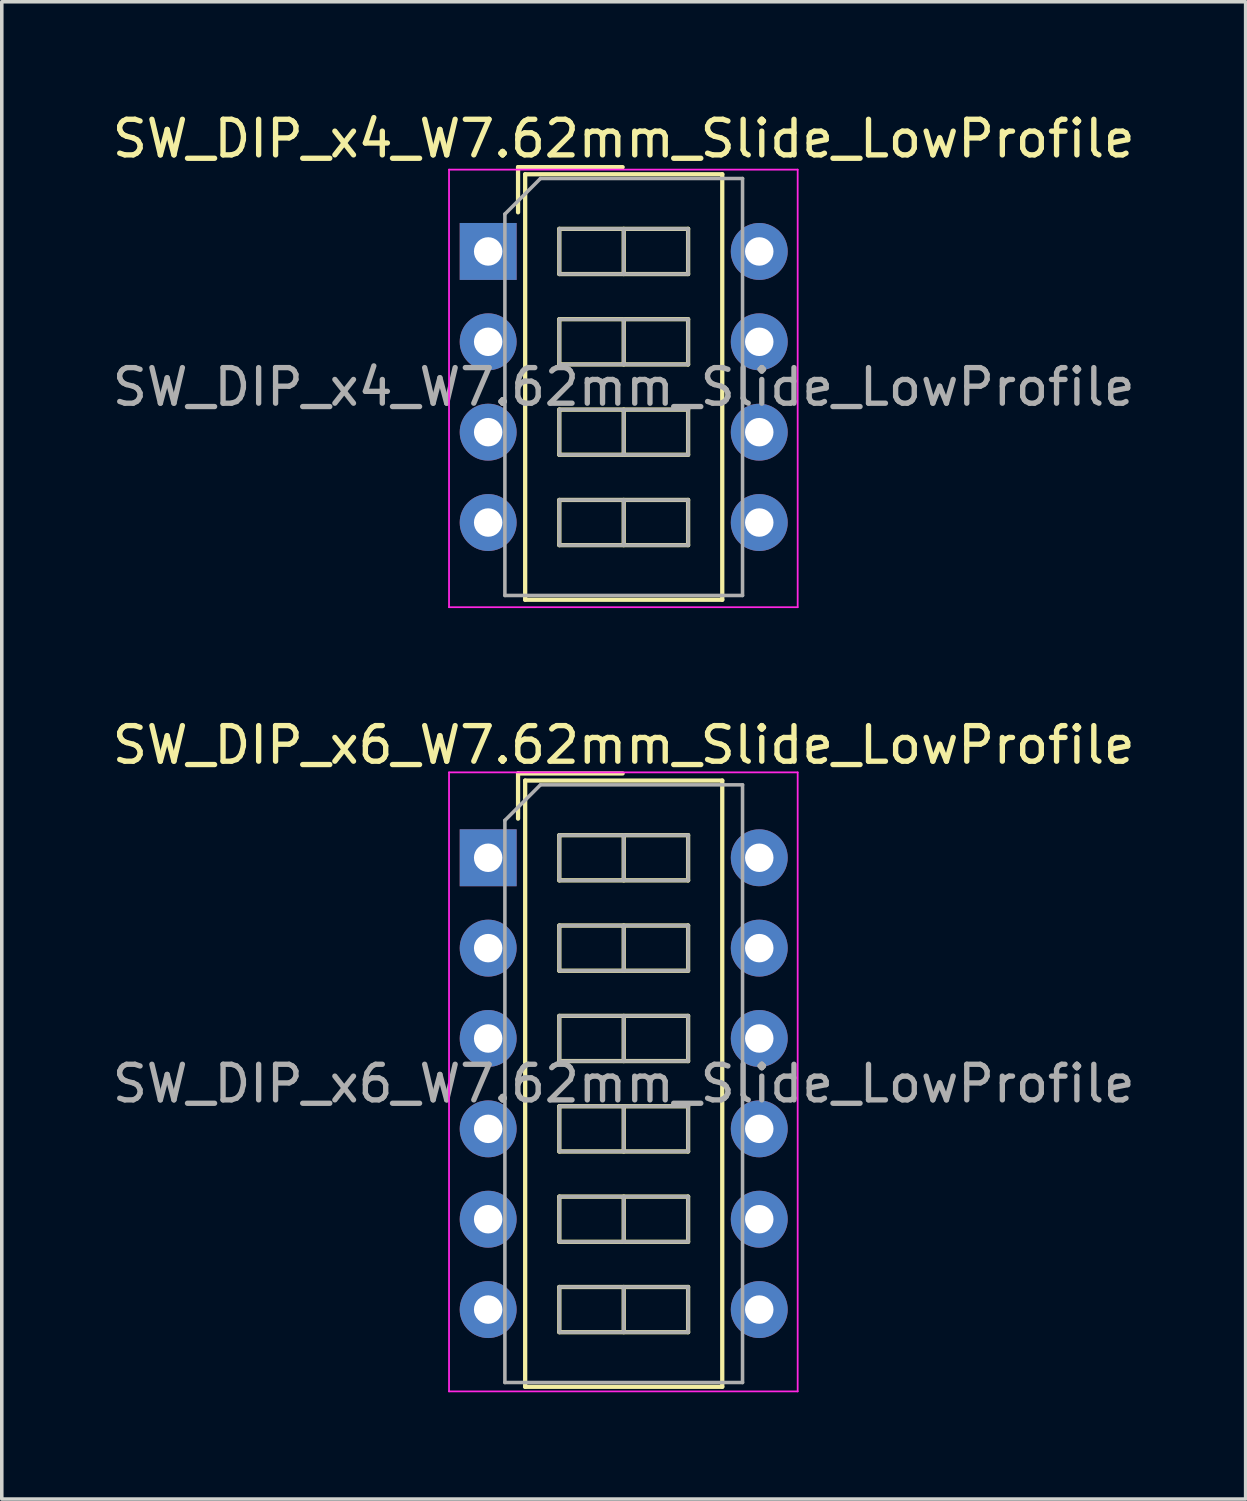
<source format=kicad_pcb>
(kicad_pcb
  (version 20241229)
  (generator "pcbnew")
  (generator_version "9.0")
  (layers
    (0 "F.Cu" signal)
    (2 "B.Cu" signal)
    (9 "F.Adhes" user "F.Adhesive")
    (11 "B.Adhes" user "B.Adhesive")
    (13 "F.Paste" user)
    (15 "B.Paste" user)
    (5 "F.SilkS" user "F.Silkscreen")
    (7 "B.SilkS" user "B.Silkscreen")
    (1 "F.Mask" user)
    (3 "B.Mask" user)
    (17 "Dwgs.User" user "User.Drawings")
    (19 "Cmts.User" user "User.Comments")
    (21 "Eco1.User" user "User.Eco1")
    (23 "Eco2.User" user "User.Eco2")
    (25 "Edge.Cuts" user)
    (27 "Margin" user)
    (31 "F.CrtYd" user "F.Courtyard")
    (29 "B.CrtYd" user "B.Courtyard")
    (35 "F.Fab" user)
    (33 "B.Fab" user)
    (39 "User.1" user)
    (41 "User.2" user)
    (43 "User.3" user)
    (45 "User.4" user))
  (footprint "SW_DIP_x6_W7.62mm_Slide_LowProfile"
    (layer "F.Cu")
    (at 10.672 21.061)
    (property "Reference" "SW_DIP_x6_W7.62mm_Slide_LowProfile" (at 3.81 -3.17 0) (layer "F.SilkS") (effects (font (size 1 1) (thickness 0.15))))
    (attr through_hole)
    (fp_line (start 0.84 -2.37) (end 0.84 -1.1) (stroke (width 0.12) (type solid)) (layer "F.SilkS"))
    (fp_line (start 0.84 -2.37) (end 3.78 -2.37) (stroke (width 0.12) (type solid)) (layer "F.SilkS"))
    (fp_line (start 1.04 -2.17) (end 6.58 -2.17) (stroke (width 0.12) (type solid)) (layer "F.SilkS"))
    (fp_line (start 1.04 14.87) (end 1.04 -2.17) (stroke (width 0.12) (type solid)) (layer "F.SilkS"))
    (fp_line (start 2 -0.635) (end 2 0.635) (stroke (width 0.12) (type solid)) (layer "F.SilkS"))
    (fp_line (start 2 0.635) (end 5.62 0.635) (stroke (width 0.12) (type solid)) (layer "F.SilkS"))
    (fp_line (start 2 1.905) (end 2 3.175) (stroke (width 0.12) (type solid)) (layer "F.SilkS"))
    (fp_line (start 2 3.175) (end 5.62 3.175) (stroke (width 0.12) (type solid)) (layer "F.SilkS"))
    (fp_line (start 2 4.445) (end 2 5.715) (stroke (width 0.12) (type solid)) (layer "F.SilkS"))
    (fp_line (start 2 5.715) (end 5.62 5.715) (stroke (width 0.12) (type solid)) (layer "F.SilkS"))
    (fp_line (start 2 6.985) (end 2 8.255) (stroke (width 0.12) (type solid)) (layer "F.SilkS"))
    (fp_line (start 2 8.255) (end 5.62 8.255) (stroke (width 0.12) (type solid)) (layer "F.SilkS"))
    (fp_line (start 2 9.525) (end 2 10.795) (stroke (width 0.12) (type solid)) (layer "F.SilkS"))
    (fp_line (start 2 10.795) (end 5.62 10.795) (stroke (width 0.12) (type solid)) (layer "F.SilkS"))
    (fp_line (start 2 12.065) (end 2 13.335) (stroke (width 0.12) (type solid)) (layer "F.SilkS"))
    (fp_line (start 2 13.335) (end 5.62 13.335) (stroke (width 0.12) (type solid)) (layer "F.SilkS"))
    (fp_line (start 3.81 -0.635) (end 3.81 0.635) (stroke (width 0.12) (type solid)) (layer "F.SilkS"))
    (fp_line (start 3.81 1.905) (end 3.81 3.175) (stroke (width 0.12) (type solid)) (layer "F.SilkS"))
    (fp_line (start 3.81 4.445) (end 3.81 5.715) (stroke (width 0.12) (type solid)) (layer "F.SilkS"))
    (fp_line (start 3.81 6.985) (end 3.81 8.255) (stroke (width 0.12) (type solid)) (layer "F.SilkS"))
    (fp_line (start 3.81 9.525) (end 3.81 10.795) (stroke (width 0.12) (type solid)) (layer "F.SilkS"))
    (fp_line (start 3.81 12.065) (end 3.81 13.335) (stroke (width 0.12) (type solid)) (layer "F.SilkS"))
    (fp_line (start 5.62 -0.635) (end 2 -0.635) (stroke (width 0.12) (type solid)) (layer "F.SilkS"))
    (fp_line (start 5.62 0.635) (end 5.62 -0.635) (stroke (width 0.12) (type solid)) (layer "F.SilkS"))
    (fp_line (start 5.62 1.905) (end 2 1.905) (stroke (width 0.12) (type solid)) (layer "F.SilkS"))
    (fp_line (start 5.62 3.175) (end 5.62 1.905) (stroke (width 0.12) (type solid)) (layer "F.SilkS"))
    (fp_line (start 5.62 4.445) (end 2 4.445) (stroke (width 0.12) (type solid)) (layer "F.SilkS"))
    (fp_line (start 5.62 5.715) (end 5.62 4.445) (stroke (width 0.12) (type solid)) (layer "F.SilkS"))
    (fp_line (start 5.62 6.985) (end 2 6.985) (stroke (width 0.12) (type solid)) (layer "F.SilkS"))
    (fp_line (start 5.62 8.255) (end 5.62 6.985) (stroke (width 0.12) (type solid)) (layer "F.SilkS"))
    (fp_line (start 5.62 9.525) (end 2 9.525) (stroke (width 0.12) (type solid)) (layer "F.SilkS"))
    (fp_line (start 5.62 10.795) (end 5.62 9.525) (stroke (width 0.12) (type solid)) (layer "F.SilkS"))
    (fp_line (start 5.62 12.065) (end 2 12.065) (stroke (width 0.12) (type solid)) (layer "F.SilkS"))
    (fp_line (start 5.62 13.335) (end 5.62 12.065) (stroke (width 0.12) (type solid)) (layer "F.SilkS"))
    (fp_line (start 6.58 -2.17) (end 6.58 14.87) (stroke (width 0.12) (type solid)) (layer "F.SilkS"))
    (fp_line (start 6.58 14.87) (end 1.04 14.87) (stroke (width 0.12) (type solid)) (layer "F.SilkS"))
    (fp_line (start -1.1 -2.4) (end -1.1 15) (stroke (width 0.05) (type solid)) (layer "F.CrtYd"))
    (fp_line (start -1.1 15) (end 8.7 15) (stroke (width 0.05) (type solid)) (layer "F.CrtYd"))
    (fp_line (start 8.7 -2.4) (end -1.1 -2.4) (stroke (width 0.05) (type solid)) (layer "F.CrtYd"))
    (fp_line (start 8.7 15) (end 8.7 -2.4) (stroke (width 0.05) (type solid)) (layer "F.CrtYd"))
    (fp_line (start 0.47 -1.05) (end 1.47 -2.05) (stroke (width 0.1) (type solid)) (layer "F.Fab"))
    (fp_line (start 0.47 14.75) (end 0.47 -1.05) (stroke (width 0.1) (type solid)) (layer "F.Fab"))
    (fp_line (start 1.47 -2.05) (end 7.15 -2.05) (stroke (width 0.1) (type solid)) (layer "F.Fab"))
    (fp_line (start 2 -0.635) (end 2 0.635) (stroke (width 0.1) (type solid)) (layer "F.Fab"))
    (fp_line (start 2 0.635) (end 5.62 0.635) (stroke (width 0.1) (type solid)) (layer "F.Fab"))
    (fp_line (start 2 1.905) (end 2 3.175) (stroke (width 0.1) (type solid)) (layer "F.Fab"))
    (fp_line (start 2 3.175) (end 5.62 3.175) (stroke (width 0.1) (type solid)) (layer "F.Fab"))
    (fp_line (start 2 4.445) (end 2 5.715) (stroke (width 0.1) (type solid)) (layer "F.Fab"))
    (fp_line (start 2 5.715) (end 5.62 5.715) (stroke (width 0.1) (type solid)) (layer "F.Fab"))
    (fp_line (start 2 6.985) (end 2 8.255) (stroke (width 0.1) (type solid)) (layer "F.Fab"))
    (fp_line (start 2 8.255) (end 5.62 8.255) (stroke (width 0.1) (type solid)) (layer "F.Fab"))
    (fp_line (start 2 9.525) (end 2 10.795) (stroke (width 0.1) (type solid)) (layer "F.Fab"))
    (fp_line (start 2 10.795) (end 5.62 10.795) (stroke (width 0.1) (type solid)) (layer "F.Fab"))
    (fp_line (start 2 12.065) (end 2 13.335) (stroke (width 0.1) (type solid)) (layer "F.Fab"))
    (fp_line (start 2 13.335) (end 5.62 13.335) (stroke (width 0.1) (type solid)) (layer "F.Fab"))
    (fp_line (start 3.81 -0.635) (end 3.81 0.635) (stroke (width 0.1) (type solid)) (layer "F.Fab"))
    (fp_line (start 3.81 1.905) (end 3.81 3.175) (stroke (width 0.1) (type solid)) (layer "F.Fab"))
    (fp_line (start 3.81 4.445) (end 3.81 5.715) (stroke (width 0.1) (type solid)) (layer "F.Fab"))
    (fp_line (start 3.81 6.985) (end 3.81 8.255) (stroke (width 0.1) (type solid)) (layer "F.Fab"))
    (fp_line (start 3.81 9.525) (end 3.81 10.795) (stroke (width 0.1) (type solid)) (layer "F.Fab"))
    (fp_line (start 3.81 12.065) (end 3.81 13.335) (stroke (width 0.1) (type solid)) (layer "F.Fab"))
    (fp_line (start 5.62 -0.635) (end 2 -0.635) (stroke (width 0.1) (type solid)) (layer "F.Fab"))
    (fp_line (start 5.62 0.635) (end 5.62 -0.635) (stroke (width 0.1) (type solid)) (layer "F.Fab"))
    (fp_line (start 5.62 1.905) (end 2 1.905) (stroke (width 0.1) (type solid)) (layer "F.Fab"))
    (fp_line (start 5.62 3.175) (end 5.62 1.905) (stroke (width 0.1) (type solid)) (layer "F.Fab"))
    (fp_line (start 5.62 4.445) (end 2 4.445) (stroke (width 0.1) (type solid)) (layer "F.Fab"))
    (fp_line (start 5.62 5.715) (end 5.62 4.445) (stroke (width 0.1) (type solid)) (layer "F.Fab"))
    (fp_line (start 5.62 6.985) (end 2 6.985) (stroke (width 0.1) (type solid)) (layer "F.Fab"))
    (fp_line (start 5.62 8.255) (end 5.62 6.985) (stroke (width 0.1) (type solid)) (layer "F.Fab"))
    (fp_line (start 5.62 9.525) (end 2 9.525) (stroke (width 0.1) (type solid)) (layer "F.Fab"))
    (fp_line (start 5.62 10.795) (end 5.62 9.525) (stroke (width 0.1) (type solid)) (layer "F.Fab"))
    (fp_line (start 5.62 12.065) (end 2 12.065) (stroke (width 0.1) (type solid)) (layer "F.Fab"))
    (fp_line (start 5.62 13.335) (end 5.62 12.065) (stroke (width 0.1) (type solid)) (layer "F.Fab"))
    (fp_line (start 7.15 -2.05) (end 7.15 14.75) (stroke (width 0.1) (type solid)) (layer "F.Fab"))
    (fp_line (start 7.15 14.75) (end 0.47 14.75) (stroke (width 0.1) (type solid)) (layer "F.Fab"))
    (fp_text user "${REFERENCE}" (at 3.81 6.35 0) (layer "F.Fab") (effects (font (size 1 1) (thickness 0.15))))
    (pad "1" thru_hole rect (at 0 0) (size 1.6 1.6) (drill 0.8) (layers "*.Cu" "*.Mask"))
    (pad "2" thru_hole oval (at 0 2.54) (size 1.6 1.6) (drill 0.8) (layers "*.Cu" "*.Mask"))
    (pad "3" thru_hole oval (at 0 5.08) (size 1.6 1.6) (drill 0.8) (layers "*.Cu" "*.Mask"))
    (pad "4" thru_hole oval (at 0 7.62) (size 1.6 1.6) (drill 0.8) (layers "*.Cu" "*.Mask"))
    (pad "5" thru_hole oval (at 0 10.16) (size 1.6 1.6) (drill 0.8) (layers "*.Cu" "*.Mask"))
    (pad "6" thru_hole oval (at 0 12.7) (size 1.6 1.6) (drill 0.8) (layers "*.Cu" "*.Mask"))
    (pad "7" thru_hole oval (at 7.62 12.7) (size 1.6 1.6) (drill 0.8) (layers "*.Cu" "*.Mask"))
    (pad "8" thru_hole oval (at 7.62 10.16) (size 1.6 1.6) (drill 0.8) (layers "*.Cu" "*.Mask"))
    (pad "9" thru_hole oval (at 7.62 7.62) (size 1.6 1.6) (drill 0.8) (layers "*.Cu" "*.Mask"))
    (pad "10" thru_hole oval (at 7.62 5.08) (size 1.6 1.6) (drill 0.8) (layers "*.Cu" "*.Mask"))
    (pad "11" thru_hole oval (at 7.62 2.54) (size 1.6 1.6) (drill 0.8) (layers "*.Cu" "*.Mask"))
    (pad "12" thru_hole oval (at 7.62 0) (size 1.6 1.6) (drill 0.8) (layers "*.Cu" "*.Mask")))
  (footprint "SW_DIP_x4_W7.62mm_Slide_LowProfile"
    (layer "F.Cu")
    (at 10.672 4.018)
    (property "Reference" "SW_DIP_x4_W7.62mm_Slide_LowProfile" (at 3.81 -3.17 0) (layer "F.SilkS") (effects (font (size 1 1) (thickness 0.15))))
    (attr through_hole)
    (fp_line (start 0.84 -2.37) (end 0.84 -1.1) (stroke (width 0.12) (type solid)) (layer "F.SilkS"))
    (fp_line (start 0.84 -2.37) (end 3.78 -2.37) (stroke (width 0.12) (type solid)) (layer "F.SilkS"))
    (fp_line (start 1.04 -2.17) (end 6.58 -2.17) (stroke (width 0.12) (type solid)) (layer "F.SilkS"))
    (fp_line (start 1.04 9.79) (end 1.04 -2.17) (stroke (width 0.12) (type solid)) (layer "F.SilkS"))
    (fp_line (start 2 -0.635) (end 2 0.635) (stroke (width 0.12) (type solid)) (layer "F.SilkS"))
    (fp_line (start 2 0.635) (end 5.62 0.635) (stroke (width 0.12) (type solid)) (layer "F.SilkS"))
    (fp_line (start 2 1.905) (end 2 3.175) (stroke (width 0.12) (type solid)) (layer "F.SilkS"))
    (fp_line (start 2 3.175) (end 5.62 3.175) (stroke (width 0.12) (type solid)) (layer "F.SilkS"))
    (fp_line (start 2 4.445) (end 2 5.715) (stroke (width 0.12) (type solid)) (layer "F.SilkS"))
    (fp_line (start 2 5.715) (end 5.62 5.715) (stroke (width 0.12) (type solid)) (layer "F.SilkS"))
    (fp_line (start 2 6.985) (end 2 8.255) (stroke (width 0.12) (type solid)) (layer "F.SilkS"))
    (fp_line (start 2 8.255) (end 5.62 8.255) (stroke (width 0.12) (type solid)) (layer "F.SilkS"))
    (fp_line (start 3.81 -0.635) (end 3.81 0.635) (stroke (width 0.12) (type solid)) (layer "F.SilkS"))
    (fp_line (start 3.81 1.905) (end 3.81 3.175) (stroke (width 0.12) (type solid)) (layer "F.SilkS"))
    (fp_line (start 3.81 4.445) (end 3.81 5.715) (stroke (width 0.12) (type solid)) (layer "F.SilkS"))
    (fp_line (start 3.81 6.985) (end 3.81 8.255) (stroke (width 0.12) (type solid)) (layer "F.SilkS"))
    (fp_line (start 5.62 -0.635) (end 2 -0.635) (stroke (width 0.12) (type solid)) (layer "F.SilkS"))
    (fp_line (start 5.62 0.635) (end 5.62 -0.635) (stroke (width 0.12) (type solid)) (layer "F.SilkS"))
    (fp_line (start 5.62 1.905) (end 2 1.905) (stroke (width 0.12) (type solid)) (layer "F.SilkS"))
    (fp_line (start 5.62 3.175) (end 5.62 1.905) (stroke (width 0.12) (type solid)) (layer "F.SilkS"))
    (fp_line (start 5.62 4.445) (end 2 4.445) (stroke (width 0.12) (type solid)) (layer "F.SilkS"))
    (fp_line (start 5.62 5.715) (end 5.62 4.445) (stroke (width 0.12) (type solid)) (layer "F.SilkS"))
    (fp_line (start 5.62 6.985) (end 2 6.985) (stroke (width 0.12) (type solid)) (layer "F.SilkS"))
    (fp_line (start 5.62 8.255) (end 5.62 6.985) (stroke (width 0.12) (type solid)) (layer "F.SilkS"))
    (fp_line (start 6.58 -2.17) (end 6.58 9.79) (stroke (width 0.12) (type solid)) (layer "F.SilkS"))
    (fp_line (start 6.58 9.79) (end 1.04 9.79) (stroke (width 0.12) (type solid)) (layer "F.SilkS"))
    (fp_line (start -1.1 -2.3) (end -1.1 10) (stroke (width 0.05) (type solid)) (layer "F.CrtYd"))
    (fp_line (start -1.1 10) (end 8.7 10) (stroke (width 0.05) (type solid)) (layer "F.CrtYd"))
    (fp_line (start 8.7 -2.3) (end -1.1 -2.3) (stroke (width 0.05) (type solid)) (layer "F.CrtYd"))
    (fp_line (start 8.7 10) (end 8.7 -2.3) (stroke (width 0.05) (type solid)) (layer "F.CrtYd"))
    (fp_line (start 0.47 -1.05) (end 1.47 -2.05) (stroke (width 0.1) (type solid)) (layer "F.Fab"))
    (fp_line (start 0.47 9.67) (end 0.47 -1.05) (stroke (width 0.1) (type solid)) (layer "F.Fab"))
    (fp_line (start 1.47 -2.05) (end 7.15 -2.05) (stroke (width 0.1) (type solid)) (layer "F.Fab"))
    (fp_line (start 2 -0.635) (end 2 0.635) (stroke (width 0.1) (type solid)) (layer "F.Fab"))
    (fp_line (start 2 0.635) (end 5.62 0.635) (stroke (width 0.1) (type solid)) (layer "F.Fab"))
    (fp_line (start 2 1.905) (end 2 3.175) (stroke (width 0.1) (type solid)) (layer "F.Fab"))
    (fp_line (start 2 3.175) (end 5.62 3.175) (stroke (width 0.1) (type solid)) (layer "F.Fab"))
    (fp_line (start 2 4.445) (end 2 5.715) (stroke (width 0.1) (type solid)) (layer "F.Fab"))
    (fp_line (start 2 5.715) (end 5.62 5.715) (stroke (width 0.1) (type solid)) (layer "F.Fab"))
    (fp_line (start 2 6.985) (end 2 8.255) (stroke (width 0.1) (type solid)) (layer "F.Fab"))
    (fp_line (start 2 8.255) (end 5.62 8.255) (stroke (width 0.1) (type solid)) (layer "F.Fab"))
    (fp_line (start 3.81 -0.635) (end 3.81 0.635) (stroke (width 0.1) (type solid)) (layer "F.Fab"))
    (fp_line (start 3.81 1.905) (end 3.81 3.175) (stroke (width 0.1) (type solid)) (layer "F.Fab"))
    (fp_line (start 3.81 4.445) (end 3.81 5.715) (stroke (width 0.1) (type solid)) (layer "F.Fab"))
    (fp_line (start 3.81 6.985) (end 3.81 8.255) (stroke (width 0.1) (type solid)) (layer "F.Fab"))
    (fp_line (start 5.62 -0.635) (end 2 -0.635) (stroke (width 0.1) (type solid)) (layer "F.Fab"))
    (fp_line (start 5.62 0.635) (end 5.62 -0.635) (stroke (width 0.1) (type solid)) (layer "F.Fab"))
    (fp_line (start 5.62 1.905) (end 2 1.905) (stroke (width 0.1) (type solid)) (layer "F.Fab"))
    (fp_line (start 5.62 3.175) (end 5.62 1.905) (stroke (width 0.1) (type solid)) (layer "F.Fab"))
    (fp_line (start 5.62 4.445) (end 2 4.445) (stroke (width 0.1) (type solid)) (layer "F.Fab"))
    (fp_line (start 5.62 5.715) (end 5.62 4.445) (stroke (width 0.1) (type solid)) (layer "F.Fab"))
    (fp_line (start 5.62 6.985) (end 2 6.985) (stroke (width 0.1) (type solid)) (layer "F.Fab"))
    (fp_line (start 5.62 8.255) (end 5.62 6.985) (stroke (width 0.1) (type solid)) (layer "F.Fab"))
    (fp_line (start 7.15 -2.05) (end 7.15 9.67) (stroke (width 0.1) (type solid)) (layer "F.Fab"))
    (fp_line (start 7.15 9.67) (end 0.47 9.67) (stroke (width 0.1) (type solid)) (layer "F.Fab"))
    (fp_text user "${REFERENCE}" (at 3.81 3.81 0) (layer "F.Fab") (effects (font (size 1 1) (thickness 0.15))))
    (pad "1" thru_hole rect (at 0 0) (size 1.6 1.6) (drill 0.8) (layers "*.Cu" "*.Mask"))
    (pad "2" thru_hole oval (at 0 2.54) (size 1.6 1.6) (drill 0.8) (layers "*.Cu" "*.Mask"))
    (pad "3" thru_hole oval (at 0 5.08) (size 1.6 1.6) (drill 0.8) (layers "*.Cu" "*.Mask"))
    (pad "4" thru_hole oval (at 0 7.62) (size 1.6 1.6) (drill 0.8) (layers "*.Cu" "*.Mask"))
    (pad "5" thru_hole oval (at 7.62 7.62) (size 1.6 1.6) (drill 0.8) (layers "*.Cu" "*.Mask"))
    (pad "6" thru_hole oval (at 7.62 5.08) (size 1.6 1.6) (drill 0.8) (layers "*.Cu" "*.Mask"))
    (pad "7" thru_hole oval (at 7.62 2.54) (size 1.6 1.6) (drill 0.8) (layers "*.Cu" "*.Mask"))
    (pad "8" thru_hole oval (at 7.62 0) (size 1.6 1.6) (drill 0.8) (layers "*.Cu" "*.Mask")))
  (gr_rect
    (start -3 -3)
    (end 31.964 39.087)
    (stroke (width 0.1) (type default))
    (fill no)
    (layer "Edge.Cuts")))
</source>
